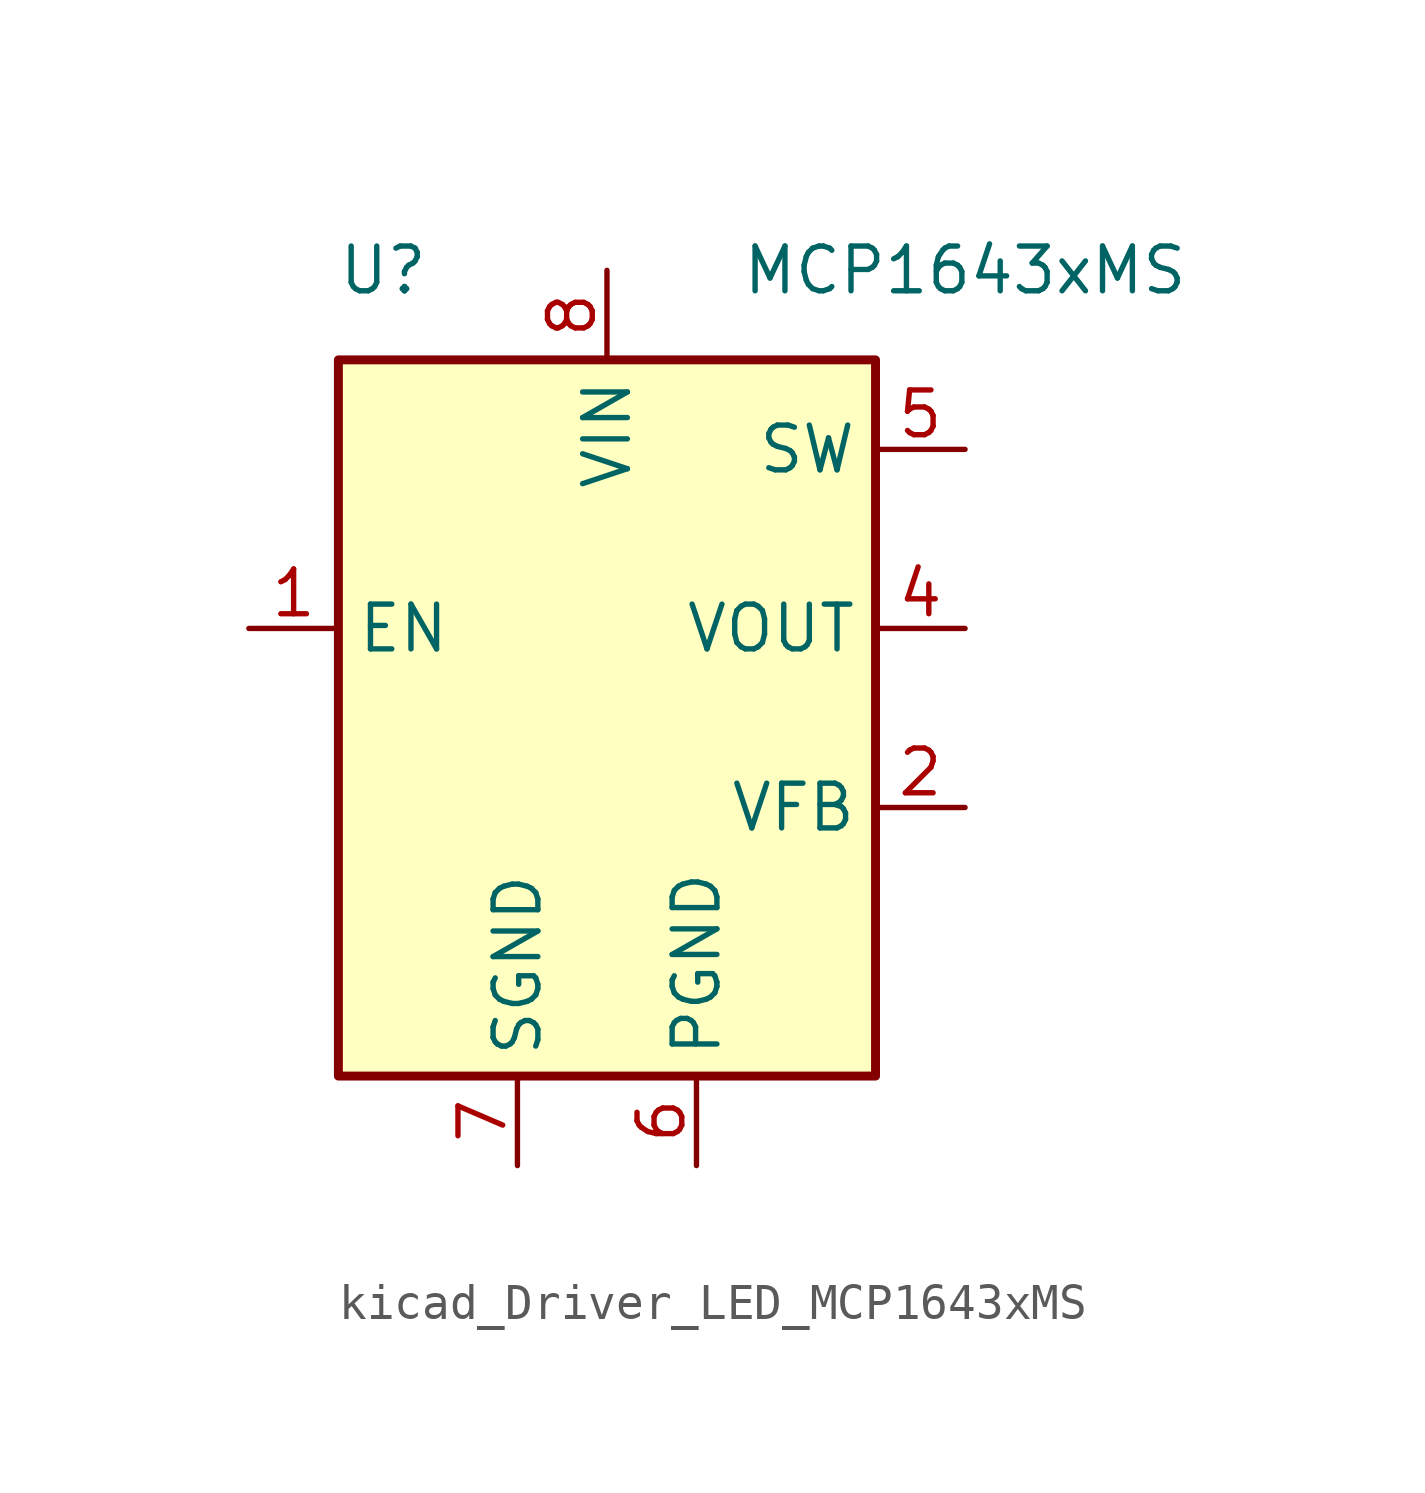
<source format=kicad_sym>
(kicad_symbol_lib
  (version 20220914)
  (generator kicad_symbol_editor)
  (symbol "kicad_Driver_LED_MCP1643xMS"
    (property "Reference" "U"
      (at -6.35 12.7 0)
      (effects (font (size 1.27 1.27))))
    (property "Value" "MCP1643xMS"
      (at 10.16 12.7 0)
      (effects (font (size 1.27 1.27))))
    (symbol "kicad_Driver_LED_MCP1643xMS_0_1"
      (rectangle (start -7.62 10.16) (end 7.62 -10.16) (stroke (width 0.254) (type default)) (fill (type background))))
    (symbol "kicad_Driver_LED_MCP1643xMS_1_1"
      (pin input line (at -10.16 2.54 0) (length 2.54) (name "EN" (effects (font (size 1.27 1.27)))) (number "1" (effects (font (size 1.27 1.27)))))
      (pin input line (at 10.16 -2.54 180) (length 2.54) (name "VFB" (effects (font (size 1.27 1.27)))) (number "2" (effects (font (size 1.27 1.27)))))
      (pin no_connect line (at -7.62 -2.54 0) (length 2.54) hide (name "NC" (effects (font (size 1.27 1.27)))) (number "3" (effects (font (size 1.27 1.27)))))
      (pin power_out line (at 10.16 2.54 180) (length 2.54) (name "VOUT" (effects (font (size 1.27 1.27)))) (number "4" (effects (font (size 1.27 1.27)))))
      (pin passive line (at 10.16 7.62 180) (length 2.54) (name "SW" (effects (font (size 1.27 1.27)))) (number "5" (effects (font (size 1.27 1.27)))))
      (pin power_in line (at 2.54 -12.7 90) (length 2.54) (name "PGND" (effects (font (size 1.27 1.27)))) (number "6" (effects (font (size 1.27 1.27)))))
      (pin power_in line (at -2.54 -12.7 90) (length 2.54) (name "SGND" (effects (font (size 1.27 1.27)))) (number "7" (effects (font (size 1.27 1.27)))))
      (pin power_in line (at 0 12.7 270) (length 2.54) (name "VIN" (effects (font (size 1.27 1.27)))) (number "8" (effects (font (size 1.27 1.27))))))))
</source>
